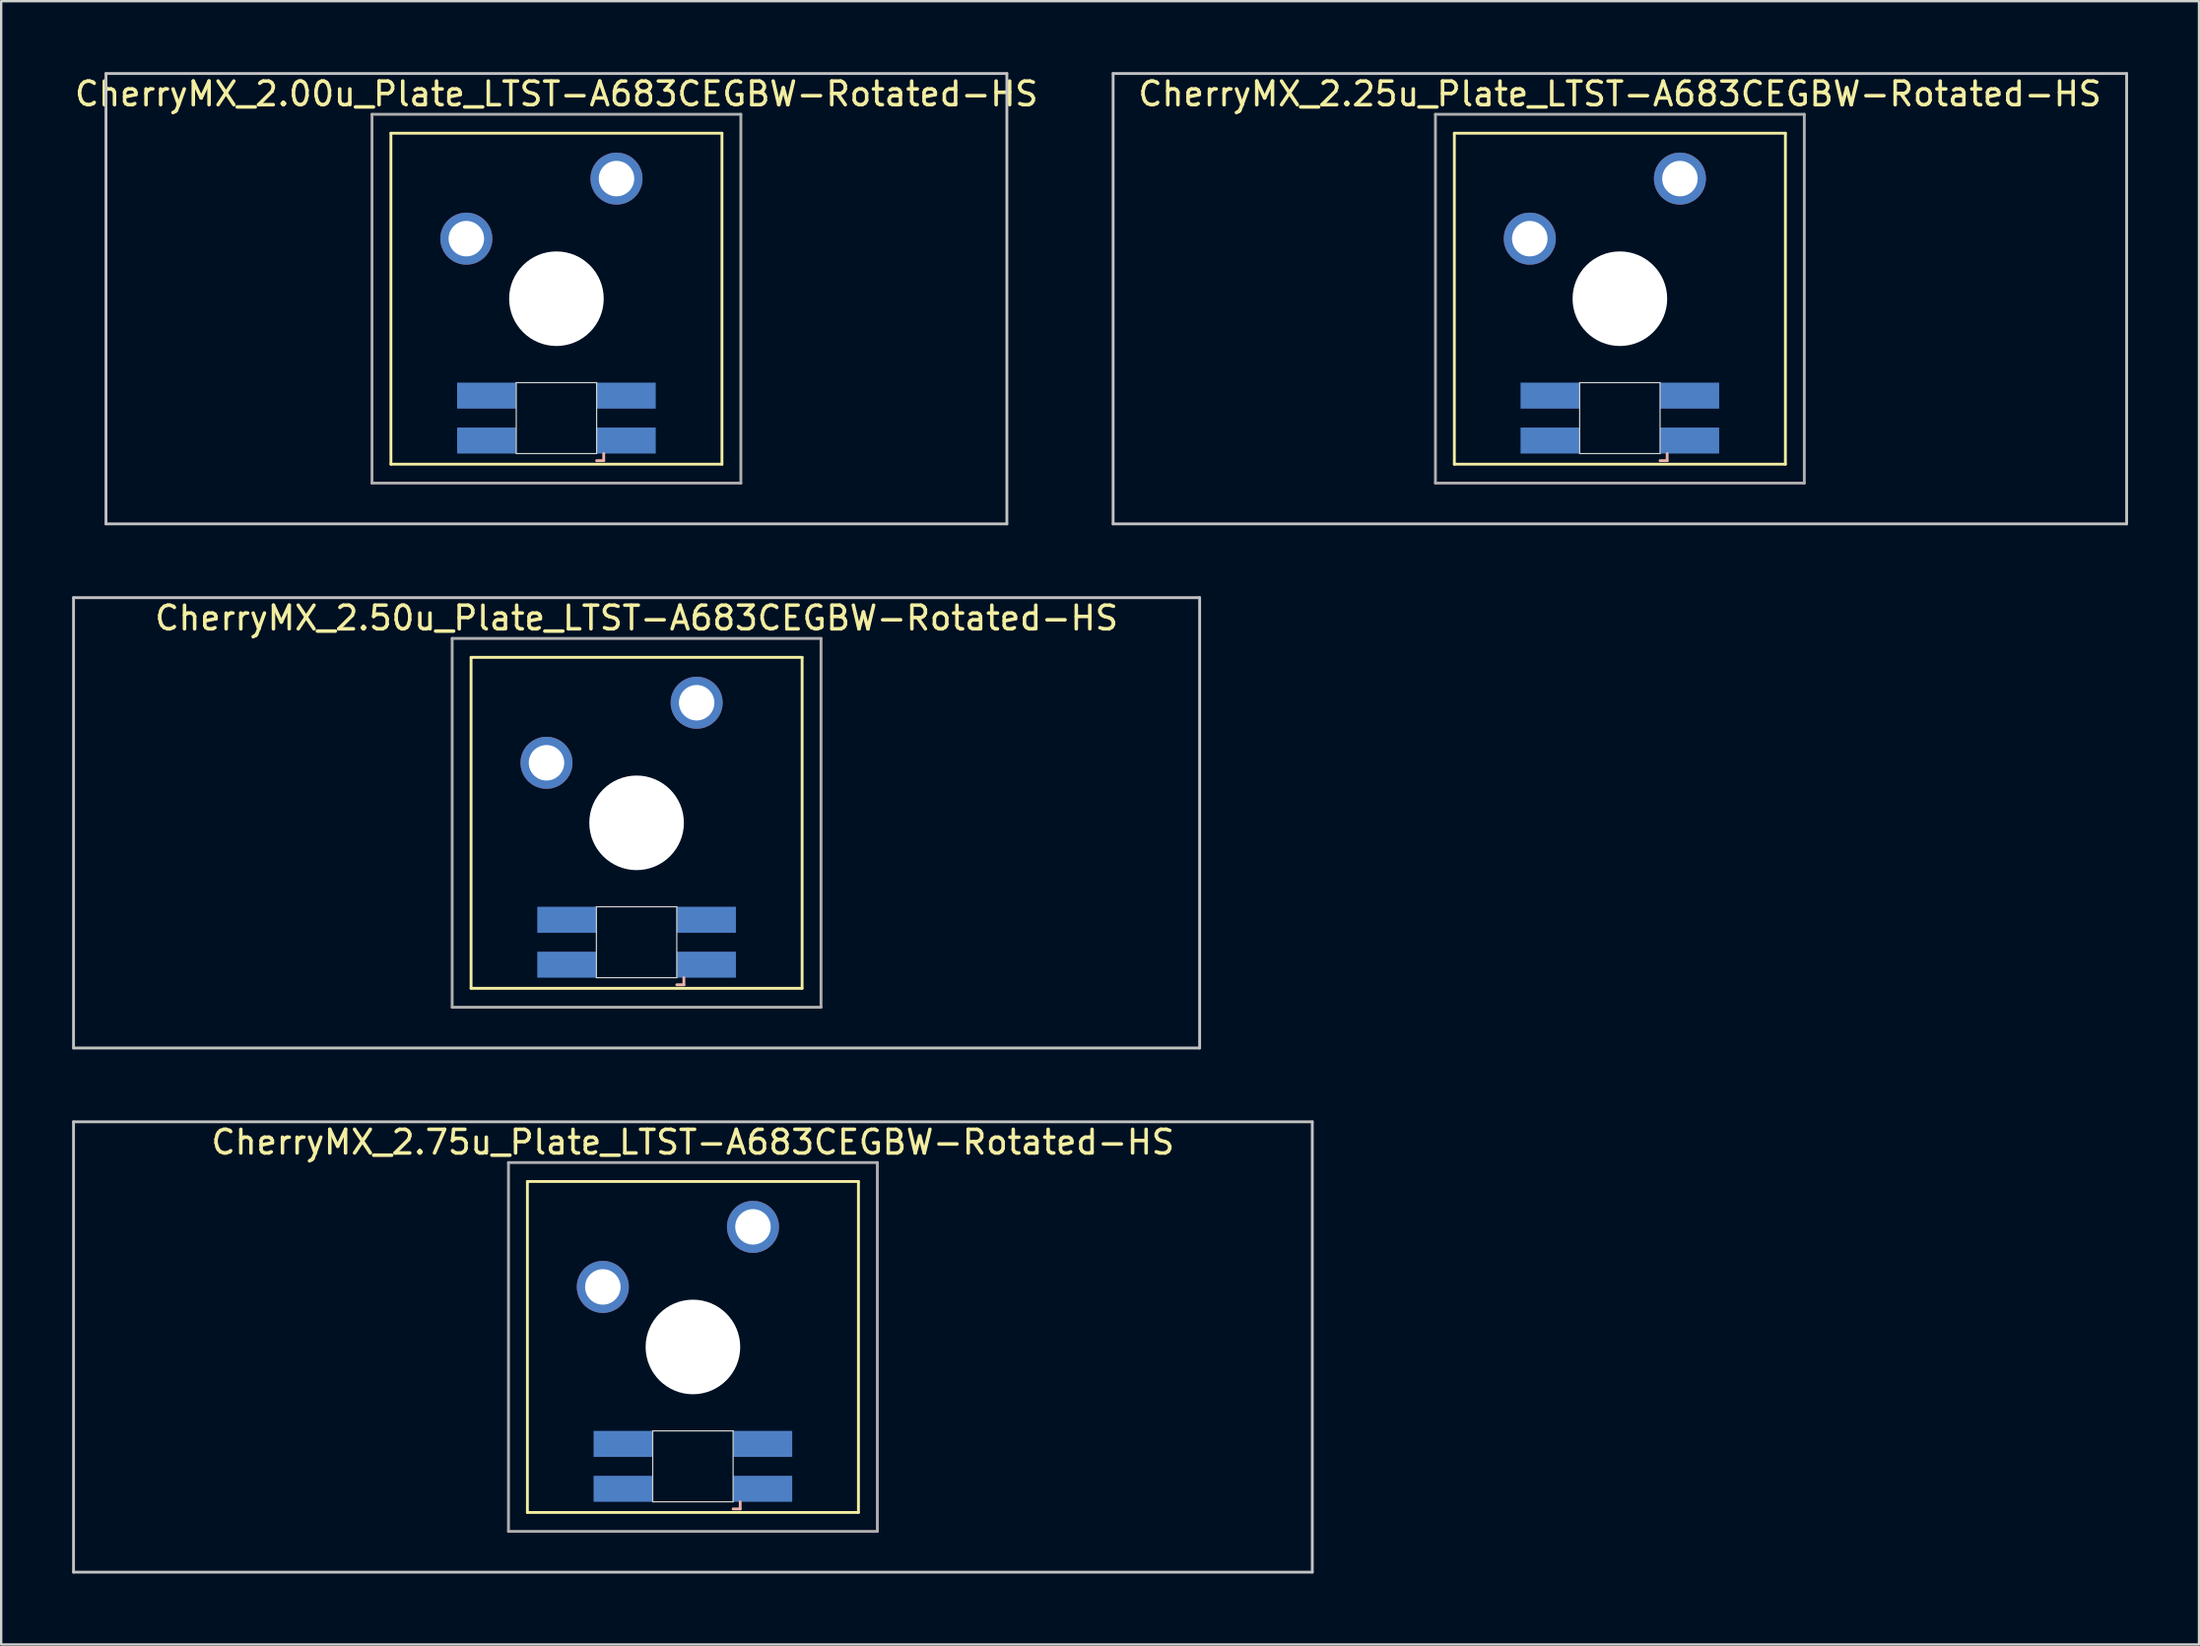
<source format=kicad_pcb>
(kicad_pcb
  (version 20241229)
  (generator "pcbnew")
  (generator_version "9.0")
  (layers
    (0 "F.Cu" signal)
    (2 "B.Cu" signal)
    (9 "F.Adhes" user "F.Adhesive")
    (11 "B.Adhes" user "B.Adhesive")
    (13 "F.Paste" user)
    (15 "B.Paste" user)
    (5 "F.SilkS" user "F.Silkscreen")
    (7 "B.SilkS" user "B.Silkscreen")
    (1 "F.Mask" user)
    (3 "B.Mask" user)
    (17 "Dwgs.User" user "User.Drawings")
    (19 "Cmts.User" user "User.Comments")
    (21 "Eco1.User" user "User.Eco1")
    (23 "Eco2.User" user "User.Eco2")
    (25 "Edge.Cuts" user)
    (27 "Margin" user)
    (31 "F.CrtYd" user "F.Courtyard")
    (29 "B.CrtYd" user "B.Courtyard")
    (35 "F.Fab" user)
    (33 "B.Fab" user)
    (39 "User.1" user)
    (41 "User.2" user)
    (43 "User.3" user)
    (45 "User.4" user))
  (footprint "CherryMX_2.50u_Plate_LTST-A683CEGBW-Rotated-HS"
    (layer "F.Cu")
    (at 23.872 31.755)
    (property "Reference" "CherryMX_2.50u_Plate_LTST-A683CEGBW-Rotated-HS" (at 0 -8.662 0) (layer "F.SilkS") (effects (font (size 1 1) (thickness 0.15))))
    (attr through_hole)
    (fp_line (start -7 -7) (end -7 7) (stroke (width 0.12) (type solid)) (layer "F.SilkS"))
    (fp_line (start -7 -7) (end 7 -7) (stroke (width 0.12) (type solid)) (layer "F.SilkS"))
    (fp_line (start 7 -7) (end 7 7) (stroke (width 0.12) (type solid)) (layer "F.SilkS"))
    (fp_line (start 7 7) (end -7 7) (stroke (width 0.12) (type solid)) (layer "F.SilkS"))
    (fp_line (start 1.7 6.85) (end 2 6.85) (stroke (width 0.12) (type solid)) (layer "B.SilkS"))
    (fp_line (start 2 6.85) (end 2 6.55) (stroke (width 0.12) (type solid)) (layer "B.SilkS"))
    (fp_line (start -23.812 -9.525) (end 23.812 -9.525) (stroke (width 0.12) (type solid)) (layer "Dwgs.User"))
    (fp_line (start -23.812 9.525) (end -23.812 -9.525) (stroke (width 0.12) (type solid)) (layer "Dwgs.User"))
    (fp_line (start 23.812 -9.525) (end 23.812 9.525) (stroke (width 0.12) (type solid)) (layer "Dwgs.User"))
    (fp_line (start 23.812 9.525) (end -23.812 9.525) (stroke (width 0.12) (type solid)) (layer "Dwgs.User"))
    (fp_line (start -1.7 3.55) (end 1.7 3.55) (stroke (width 0.05) (type solid)) (layer "Edge.Cuts"))
    (fp_line (start -1.7 6.55) (end -1.7 3.55) (stroke (width 0.05) (type solid)) (layer "Edge.Cuts"))
    (fp_line (start 1.7 3.55) (end 1.7 6.55) (stroke (width 0.05) (type solid)) (layer "Edge.Cuts"))
    (fp_line (start 1.7 6.55) (end -1.7 6.55) (stroke (width 0.05) (type solid)) (layer "Edge.Cuts"))
    (fp_line (start -7.8 -7.8) (end -7.8 7.8) (stroke (width 0.12) (type solid)) (layer "F.Fab"))
    (fp_line (start -7.8 -7.8) (end 7.8 -7.8) (stroke (width 0.12) (type solid)) (layer "F.Fab"))
    (fp_line (start -7.8 7.8) (end 7.8 7.8) (stroke (width 0.12) (type solid)) (layer "F.Fab"))
    (fp_line (start 7.8 -7.8) (end 7.8 7.8) (stroke (width 0.12) (type solid)) (layer "F.Fab"))
    (pad "" np_thru_hole circle (at 0 0) (size 4 4) (drill 4) (layers "*.Cu" "*.Mask"))
    (pad "1" thru_hole circle (at -3.81 -2.54) (size 2.2 2.2) (drill 1.5) (layers "*.Cu" "*.Mask"))
    (pad "2" thru_hole circle (at 2.54 -5.08) (size 2.2 2.2) (drill 1.5) (layers "*.Cu" "*.Mask"))
    (pad "3" smd rect (at 2.95 6) (size 2.5 1.1) (layers "B.Cu" "B.Mask" "B.Paste"))
    (pad "4" smd rect (at 2.95 4.1) (size 2.5 1.1) (layers "B.Cu" "B.Mask" "B.Paste"))
    (pad "5" smd rect (at -2.95 6) (size 2.5 1.1) (layers "B.Cu" "B.Mask" "B.Paste"))
    (pad "6" smd rect (at -2.95 4.1) (size 2.5 1.1) (layers "B.Cu" "B.Mask" "B.Paste")))
  (footprint "CherryMX_2.00u_Plate_LTST-A683CEGBW-Rotated-HS"
    (layer "F.Cu")
    (at 20.482 9.585)
    (property "Reference" "CherryMX_2.00u_Plate_LTST-A683CEGBW-Rotated-HS" (at 0 -8.662 0) (layer "F.SilkS") (effects (font (size 1 1) (thickness 0.15))))
    (attr through_hole)
    (fp_line (start -7 -7) (end -7 7) (stroke (width 0.12) (type solid)) (layer "F.SilkS"))
    (fp_line (start -7 -7) (end 7 -7) (stroke (width 0.12) (type solid)) (layer "F.SilkS"))
    (fp_line (start 7 -7) (end 7 7) (stroke (width 0.12) (type solid)) (layer "F.SilkS"))
    (fp_line (start 7 7) (end -7 7) (stroke (width 0.12) (type solid)) (layer "F.SilkS"))
    (fp_line (start 1.7 6.85) (end 2 6.85) (stroke (width 0.12) (type solid)) (layer "B.SilkS"))
    (fp_line (start 2 6.85) (end 2 6.55) (stroke (width 0.12) (type solid)) (layer "B.SilkS"))
    (fp_line (start -19.05 -9.525) (end 19.05 -9.525) (stroke (width 0.12) (type solid)) (layer "Dwgs.User"))
    (fp_line (start -19.05 9.525) (end -19.05 -9.525) (stroke (width 0.12) (type solid)) (layer "Dwgs.User"))
    (fp_line (start 19.05 -9.525) (end 19.05 9.525) (stroke (width 0.12) (type solid)) (layer "Dwgs.User"))
    (fp_line (start 19.05 9.525) (end -19.05 9.525) (stroke (width 0.12) (type solid)) (layer "Dwgs.User"))
    (fp_line (start -1.7 3.55) (end 1.7 3.55) (stroke (width 0.05) (type solid)) (layer "Edge.Cuts"))
    (fp_line (start -1.7 6.55) (end -1.7 3.55) (stroke (width 0.05) (type solid)) (layer "Edge.Cuts"))
    (fp_line (start 1.7 3.55) (end 1.7 6.55) (stroke (width 0.05) (type solid)) (layer "Edge.Cuts"))
    (fp_line (start 1.7 6.55) (end -1.7 6.55) (stroke (width 0.05) (type solid)) (layer "Edge.Cuts"))
    (fp_line (start -7.8 -7.8) (end -7.8 7.8) (stroke (width 0.12) (type solid)) (layer "F.Fab"))
    (fp_line (start -7.8 -7.8) (end 7.8 -7.8) (stroke (width 0.12) (type solid)) (layer "F.Fab"))
    (fp_line (start -7.8 7.8) (end 7.8 7.8) (stroke (width 0.12) (type solid)) (layer "F.Fab"))
    (fp_line (start 7.8 -7.8) (end 7.8 7.8) (stroke (width 0.12) (type solid)) (layer "F.Fab"))
    (pad "" np_thru_hole circle (at 0 0) (size 4 4) (drill 4) (layers "*.Cu" "*.Mask"))
    (pad "1" thru_hole circle (at -3.81 -2.54) (size 2.2 2.2) (drill 1.5) (layers "*.Cu" "*.Mask"))
    (pad "2" thru_hole circle (at 2.54 -5.08) (size 2.2 2.2) (drill 1.5) (layers "*.Cu" "*.Mask"))
    (pad "3" smd rect (at 2.95 6) (size 2.5 1.1) (layers "B.Cu" "B.Mask" "B.Paste"))
    (pad "4" smd rect (at 2.95 4.1) (size 2.5 1.1) (layers "B.Cu" "B.Mask" "B.Paste"))
    (pad "5" smd rect (at -2.95 6) (size 2.5 1.1) (layers "B.Cu" "B.Mask" "B.Paste"))
    (pad "6" smd rect (at -2.95 4.1) (size 2.5 1.1) (layers "B.Cu" "B.Mask" "B.Paste")))
  (footprint "CherryMX_2.75u_Plate_LTST-A683CEGBW-Rotated-HS"
    (layer "F.Cu")
    (at 26.254 53.925)
    (property "Reference" "CherryMX_2.75u_Plate_LTST-A683CEGBW-Rotated-HS" (at 0 -8.662 0) (layer "F.SilkS") (effects (font (size 1 1) (thickness 0.15))))
    (attr through_hole)
    (fp_line (start -7 -7) (end -7 7) (stroke (width 0.12) (type solid)) (layer "F.SilkS"))
    (fp_line (start -7 -7) (end 7 -7) (stroke (width 0.12) (type solid)) (layer "F.SilkS"))
    (fp_line (start 7 -7) (end 7 7) (stroke (width 0.12) (type solid)) (layer "F.SilkS"))
    (fp_line (start 7 7) (end -7 7) (stroke (width 0.12) (type solid)) (layer "F.SilkS"))
    (fp_line (start 1.7 6.85) (end 2 6.85) (stroke (width 0.12) (type solid)) (layer "B.SilkS"))
    (fp_line (start 2 6.85) (end 2 6.55) (stroke (width 0.12) (type solid)) (layer "B.SilkS"))
    (fp_line (start -26.194 -9.525) (end 26.194 -9.525) (stroke (width 0.12) (type solid)) (layer "Dwgs.User"))
    (fp_line (start -26.194 9.525) (end -26.194 -9.525) (stroke (width 0.12) (type solid)) (layer "Dwgs.User"))
    (fp_line (start 26.194 -9.525) (end 26.194 9.525) (stroke (width 0.12) (type solid)) (layer "Dwgs.User"))
    (fp_line (start 26.194 9.525) (end -26.194 9.525) (stroke (width 0.12) (type solid)) (layer "Dwgs.User"))
    (fp_line (start -1.7 3.55) (end 1.7 3.55) (stroke (width 0.05) (type solid)) (layer "Edge.Cuts"))
    (fp_line (start -1.7 6.55) (end -1.7 3.55) (stroke (width 0.05) (type solid)) (layer "Edge.Cuts"))
    (fp_line (start 1.7 3.55) (end 1.7 6.55) (stroke (width 0.05) (type solid)) (layer "Edge.Cuts"))
    (fp_line (start 1.7 6.55) (end -1.7 6.55) (stroke (width 0.05) (type solid)) (layer "Edge.Cuts"))
    (fp_line (start -7.8 -7.8) (end -7.8 7.8) (stroke (width 0.12) (type solid)) (layer "F.Fab"))
    (fp_line (start -7.8 -7.8) (end 7.8 -7.8) (stroke (width 0.12) (type solid)) (layer "F.Fab"))
    (fp_line (start -7.8 7.8) (end 7.8 7.8) (stroke (width 0.12) (type solid)) (layer "F.Fab"))
    (fp_line (start 7.8 -7.8) (end 7.8 7.8) (stroke (width 0.12) (type solid)) (layer "F.Fab"))
    (pad "" np_thru_hole circle (at 0 0) (size 4 4) (drill 4) (layers "*.Cu" "*.Mask"))
    (pad "1" thru_hole circle (at -3.81 -2.54) (size 2.2 2.2) (drill 1.5) (layers "*.Cu" "*.Mask"))
    (pad "2" thru_hole circle (at 2.54 -5.08) (size 2.2 2.2) (drill 1.5) (layers "*.Cu" "*.Mask"))
    (pad "3" smd rect (at 2.95 6) (size 2.5 1.1) (layers "B.Cu" "B.Mask" "B.Paste"))
    (pad "4" smd rect (at 2.95 4.1) (size 2.5 1.1) (layers "B.Cu" "B.Mask" "B.Paste"))
    (pad "5" smd rect (at -2.95 6) (size 2.5 1.1) (layers "B.Cu" "B.Mask" "B.Paste"))
    (pad "6" smd rect (at -2.95 4.1) (size 2.5 1.1) (layers "B.Cu" "B.Mask" "B.Paste")))
  (footprint "CherryMX_2.25u_Plate_LTST-A683CEGBW-Rotated-HS"
    (layer "F.Cu")
    (at 65.456 9.585)
    (property "Reference" "CherryMX_2.25u_Plate_LTST-A683CEGBW-Rotated-HS" (at 0 -8.662 0) (layer "F.SilkS") (effects (font (size 1 1) (thickness 0.15))))
    (attr through_hole)
    (fp_line (start -7 -7) (end -7 7) (stroke (width 0.12) (type solid)) (layer "F.SilkS"))
    (fp_line (start -7 -7) (end 7 -7) (stroke (width 0.12) (type solid)) (layer "F.SilkS"))
    (fp_line (start 7 -7) (end 7 7) (stroke (width 0.12) (type solid)) (layer "F.SilkS"))
    (fp_line (start 7 7) (end -7 7) (stroke (width 0.12) (type solid)) (layer "F.SilkS"))
    (fp_line (start 1.7 6.85) (end 2 6.85) (stroke (width 0.12) (type solid)) (layer "B.SilkS"))
    (fp_line (start 2 6.85) (end 2 6.55) (stroke (width 0.12) (type solid)) (layer "B.SilkS"))
    (fp_line (start -21.431 -9.525) (end 21.431 -9.525) (stroke (width 0.12) (type solid)) (layer "Dwgs.User"))
    (fp_line (start -21.431 9.525) (end -21.431 -9.525) (stroke (width 0.12) (type solid)) (layer "Dwgs.User"))
    (fp_line (start 21.431 -9.525) (end 21.431 9.525) (stroke (width 0.12) (type solid)) (layer "Dwgs.User"))
    (fp_line (start 21.431 9.525) (end -21.431 9.525) (stroke (width 0.12) (type solid)) (layer "Dwgs.User"))
    (fp_line (start -1.7 3.55) (end 1.7 3.55) (stroke (width 0.05) (type solid)) (layer "Edge.Cuts"))
    (fp_line (start -1.7 6.55) (end -1.7 3.55) (stroke (width 0.05) (type solid)) (layer "Edge.Cuts"))
    (fp_line (start 1.7 3.55) (end 1.7 6.55) (stroke (width 0.05) (type solid)) (layer "Edge.Cuts"))
    (fp_line (start 1.7 6.55) (end -1.7 6.55) (stroke (width 0.05) (type solid)) (layer "Edge.Cuts"))
    (fp_line (start -7.8 -7.8) (end -7.8 7.8) (stroke (width 0.12) (type solid)) (layer "F.Fab"))
    (fp_line (start -7.8 -7.8) (end 7.8 -7.8) (stroke (width 0.12) (type solid)) (layer "F.Fab"))
    (fp_line (start -7.8 7.8) (end 7.8 7.8) (stroke (width 0.12) (type solid)) (layer "F.Fab"))
    (fp_line (start 7.8 -7.8) (end 7.8 7.8) (stroke (width 0.12) (type solid)) (layer "F.Fab"))
    (pad "" np_thru_hole circle (at 0 0) (size 4 4) (drill 4) (layers "*.Cu" "*.Mask"))
    (pad "1" thru_hole circle (at -3.81 -2.54) (size 2.2 2.2) (drill 1.5) (layers "*.Cu" "*.Mask"))
    (pad "2" thru_hole circle (at 2.54 -5.08) (size 2.2 2.2) (drill 1.5) (layers "*.Cu" "*.Mask"))
    (pad "3" smd rect (at 2.95 6) (size 2.5 1.1) (layers "B.Cu" "B.Mask" "B.Paste"))
    (pad "4" smd rect (at 2.95 4.1) (size 2.5 1.1) (layers "B.Cu" "B.Mask" "B.Paste"))
    (pad "5" smd rect (at -2.95 6) (size 2.5 1.1) (layers "B.Cu" "B.Mask" "B.Paste"))
    (pad "6" smd rect (at -2.95 4.1) (size 2.5 1.1) (layers "B.Cu" "B.Mask" "B.Paste")))
  (gr_rect
    (start -3 -3)
    (end 89.947 66.51)
    (stroke (width 0.1) (type default))
    (fill no)
    (layer "Edge.Cuts")))
</source>
